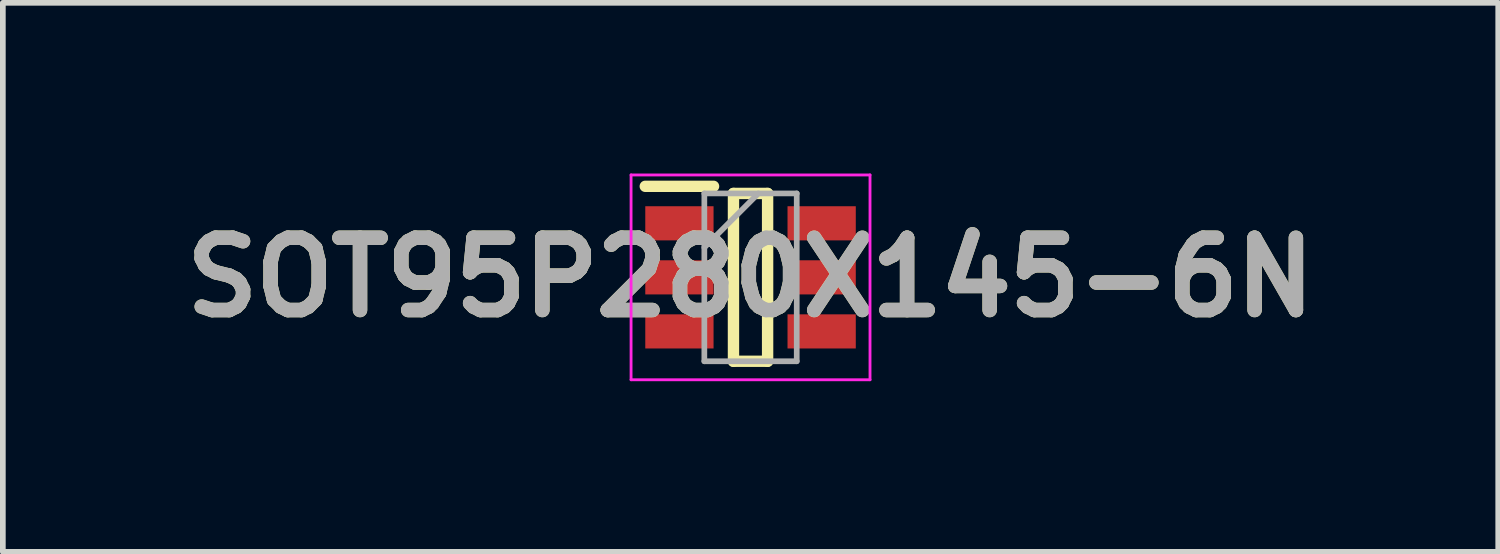
<source format=kicad_pcb>
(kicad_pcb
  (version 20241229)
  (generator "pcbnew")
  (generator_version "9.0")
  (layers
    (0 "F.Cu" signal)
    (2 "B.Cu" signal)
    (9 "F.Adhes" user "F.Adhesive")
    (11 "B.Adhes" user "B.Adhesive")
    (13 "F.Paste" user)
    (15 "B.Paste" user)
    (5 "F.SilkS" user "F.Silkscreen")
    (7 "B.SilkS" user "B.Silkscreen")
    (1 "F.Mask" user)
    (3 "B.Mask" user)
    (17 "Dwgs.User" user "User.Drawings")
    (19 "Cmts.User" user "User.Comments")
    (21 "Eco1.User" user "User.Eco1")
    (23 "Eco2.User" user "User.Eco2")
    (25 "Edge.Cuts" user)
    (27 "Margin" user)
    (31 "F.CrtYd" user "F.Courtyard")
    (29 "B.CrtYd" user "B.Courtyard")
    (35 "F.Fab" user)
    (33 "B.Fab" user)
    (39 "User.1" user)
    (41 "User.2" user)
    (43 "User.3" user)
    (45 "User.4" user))
  (footprint "SOT95P280X145-6N"
    (layer "F.Cu")
    (at 10.142 1.825)
    (property "Reference" "SOT95P280X145-6N" (at 0 0 0) (layer "F.SilkS") (effects (font (size 1.27 1.27) (thickness 0.254))))
    (attr smd)
    (fp_line (start -1.85 -1.6) (end -0.65 -1.6) (stroke (width 0.2) (type solid)) (layer "F.SilkS"))
    (fp_line (start -0.3 -1.475) (end 0.3 -1.475) (stroke (width 0.2) (type solid)) (layer "F.SilkS"))
    (fp_line (start -0.3 1.475) (end -0.3 -1.475) (stroke (width 0.2) (type solid)) (layer "F.SilkS"))
    (fp_line (start 0.3 -1.475) (end 0.3 1.475) (stroke (width 0.2) (type solid)) (layer "F.SilkS"))
    (fp_line (start 0.3 1.475) (end -0.3 1.475) (stroke (width 0.2) (type solid)) (layer "F.SilkS"))
    (fp_line (start -2.1 -1.8) (end 2.1 -1.8) (stroke (width 0.05) (type solid)) (layer "F.CrtYd"))
    (fp_line (start -2.1 1.8) (end -2.1 -1.8) (stroke (width 0.05) (type solid)) (layer "F.CrtYd"))
    (fp_line (start 2.1 -1.8) (end 2.1 1.8) (stroke (width 0.05) (type solid)) (layer "F.CrtYd"))
    (fp_line (start 2.1 1.8) (end -2.1 1.8) (stroke (width 0.05) (type solid)) (layer "F.CrtYd"))
    (fp_line (start -0.812 -1.475) (end 0.812 -1.475) (stroke (width 0.1) (type solid)) (layer "F.Fab"))
    (fp_line (start -0.812 -0.525) (end 0.138 -1.475) (stroke (width 0.1) (type solid)) (layer "F.Fab"))
    (fp_line (start -0.812 1.475) (end -0.812 -1.475) (stroke (width 0.1) (type solid)) (layer "F.Fab"))
    (fp_line (start 0.812 -1.475) (end 0.812 1.475) (stroke (width 0.1) (type solid)) (layer "F.Fab"))
    (fp_line (start 0.812 1.475) (end -0.812 1.475) (stroke (width 0.1) (type solid)) (layer "F.Fab"))
    (fp_text user "${REFERENCE}" (at 0 0 0) (layer "F.Fab") (effects (font (size 1.27 1.27) (thickness 0.254))))
    (pad "1" smd rect (at -1.25 -0.95 90) (size 0.6 1.2) (layers "F.Cu" "F.Mask" "F.Paste"))
    (pad "2" smd rect (at -1.25 0 90) (size 0.6 1.2) (layers "F.Cu" "F.Mask" "F.Paste"))
    (pad "3" smd rect (at -1.25 0.95 90) (size 0.6 1.2) (layers "F.Cu" "F.Mask" "F.Paste"))
    (pad "4" smd rect (at 1.25 0.95 90) (size 0.6 1.2) (layers "F.Cu" "F.Mask" "F.Paste"))
    (pad "5" smd rect (at 1.25 0 90) (size 0.6 1.2) (layers "F.Cu" "F.Mask" "F.Paste"))
    (pad "6" smd rect (at 1.25 -0.95 90) (size 0.6 1.2) (layers "F.Cu" "F.Mask" "F.Paste")))
  (gr_rect
    (start -3 -3)
    (end 23.284 6.65)
    (stroke (width 0.1) (type default))
    (fill no)
    (layer "Edge.Cuts")))
</source>
